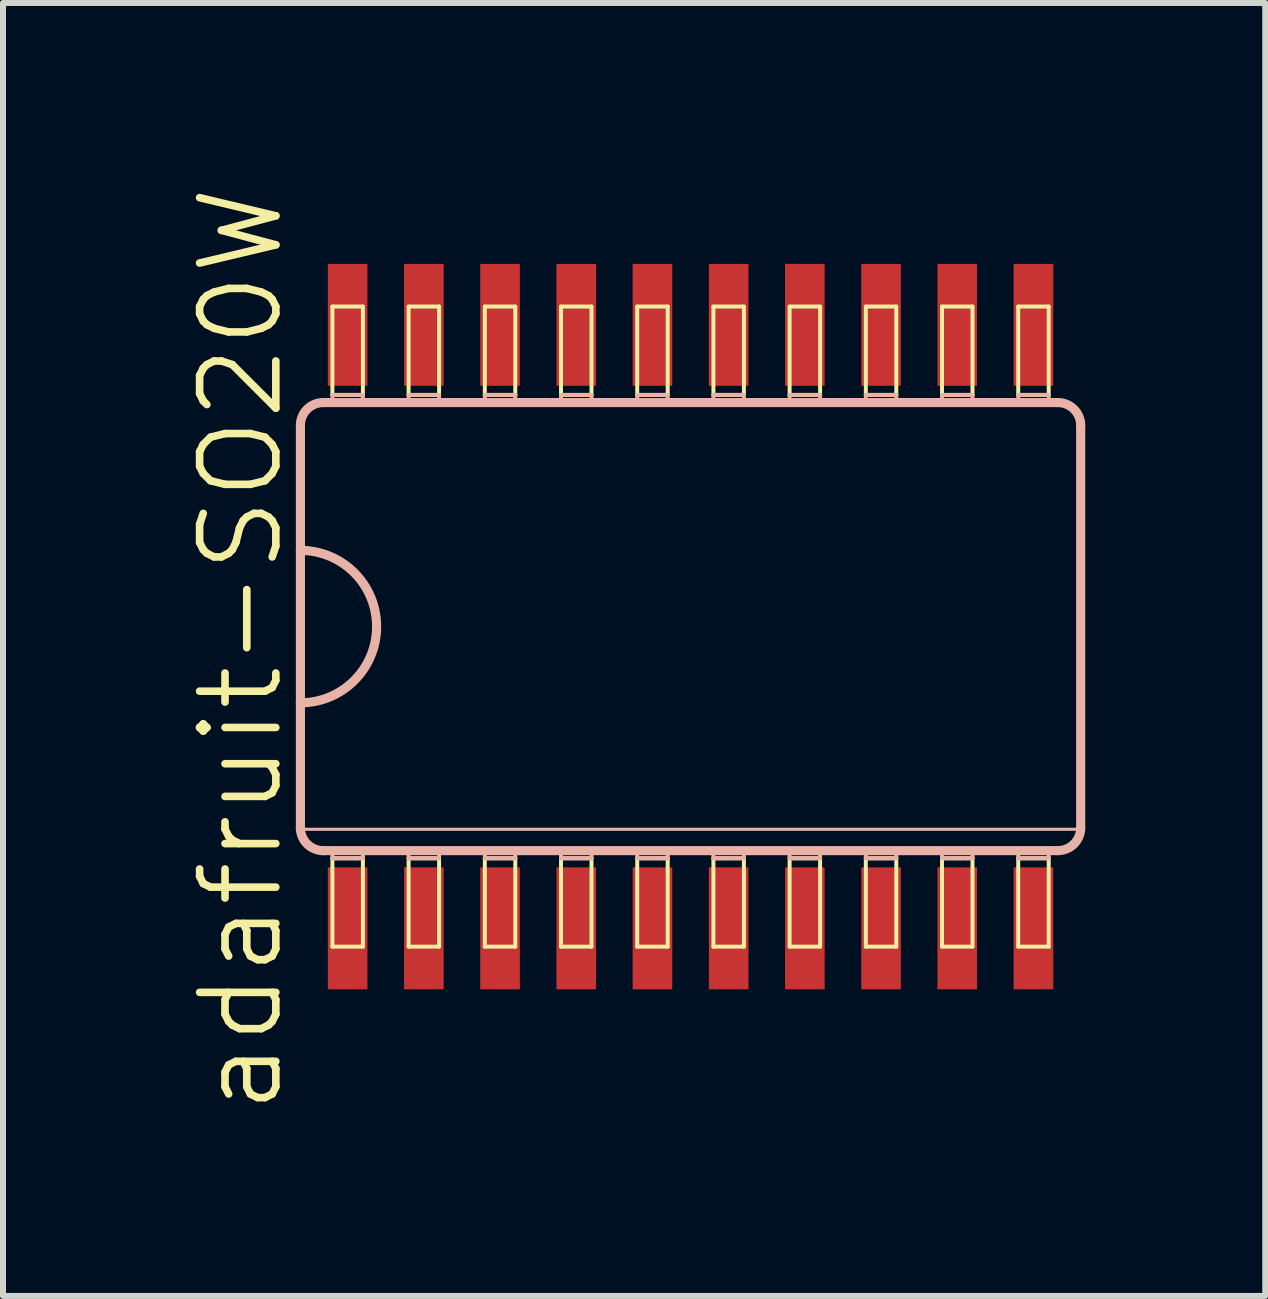
<source format=kicad_pcb>
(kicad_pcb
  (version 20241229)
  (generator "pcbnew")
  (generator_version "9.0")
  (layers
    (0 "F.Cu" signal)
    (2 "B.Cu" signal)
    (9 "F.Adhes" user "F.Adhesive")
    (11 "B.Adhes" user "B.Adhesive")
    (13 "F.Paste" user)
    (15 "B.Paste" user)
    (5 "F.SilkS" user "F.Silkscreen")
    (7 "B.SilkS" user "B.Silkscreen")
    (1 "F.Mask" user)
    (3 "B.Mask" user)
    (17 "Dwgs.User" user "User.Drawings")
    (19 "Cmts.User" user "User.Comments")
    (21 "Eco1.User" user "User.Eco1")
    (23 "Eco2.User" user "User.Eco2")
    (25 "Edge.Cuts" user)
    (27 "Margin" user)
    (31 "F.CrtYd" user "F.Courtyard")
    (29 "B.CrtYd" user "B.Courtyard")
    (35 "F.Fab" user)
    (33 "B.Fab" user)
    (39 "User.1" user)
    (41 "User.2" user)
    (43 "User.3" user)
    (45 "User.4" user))
  (footprint "adafruit-SO20W"
    (layer "F.Cu")
    (at 8.459 7.393)
    (property "Reference" "adafruit-SO20W" (at -7.493 0.381 90) (layer "F.SilkS") (effects (font (size 1.27 1.27) (thickness 0.127))))
    (attr smd)
    (fp_line (start -5.969 -5.334) (end -5.461 -5.334) (stroke (width 0.066) (type solid)) (layer "F.SilkS"))
    (fp_line (start -5.969 -3.861) (end -5.969 -5.334) (stroke (width 0.066) (type solid)) (layer "F.SilkS"))
    (fp_line (start -5.969 -3.861) (end -5.461 -3.861) (stroke (width 0.066) (type solid)) (layer "F.SilkS"))
    (fp_line (start -5.969 3.861) (end -5.461 3.861) (stroke (width 0.066) (type solid)) (layer "F.SilkS"))
    (fp_line (start -5.969 5.334) (end -5.969 3.861) (stroke (width 0.066) (type solid)) (layer "F.SilkS"))
    (fp_line (start -5.969 5.334) (end -5.461 5.334) (stroke (width 0.066) (type solid)) (layer "F.SilkS"))
    (fp_line (start -5.461 -3.861) (end -5.461 -5.334) (stroke (width 0.066) (type solid)) (layer "F.SilkS"))
    (fp_line (start -5.461 5.334) (end -5.461 3.861) (stroke (width 0.066) (type solid)) (layer "F.SilkS"))
    (fp_line (start -4.699 -5.334) (end -4.191 -5.334) (stroke (width 0.066) (type solid)) (layer "F.SilkS"))
    (fp_line (start -4.699 -3.861) (end -4.699 -5.334) (stroke (width 0.066) (type solid)) (layer "F.SilkS"))
    (fp_line (start -4.699 -3.861) (end -4.191 -3.861) (stroke (width 0.066) (type solid)) (layer "F.SilkS"))
    (fp_line (start -4.699 3.861) (end -4.191 3.861) (stroke (width 0.066) (type solid)) (layer "F.SilkS"))
    (fp_line (start -4.699 5.334) (end -4.699 3.861) (stroke (width 0.066) (type solid)) (layer "F.SilkS"))
    (fp_line (start -4.699 5.334) (end -4.191 5.334) (stroke (width 0.066) (type solid)) (layer "F.SilkS"))
    (fp_line (start -4.191 -3.861) (end -4.191 -5.334) (stroke (width 0.066) (type solid)) (layer "F.SilkS"))
    (fp_line (start -4.191 5.334) (end -4.191 3.861) (stroke (width 0.066) (type solid)) (layer "F.SilkS"))
    (fp_line (start -3.429 -5.334) (end -2.921 -5.334) (stroke (width 0.066) (type solid)) (layer "F.SilkS"))
    (fp_line (start -3.429 -3.861) (end -3.429 -5.334) (stroke (width 0.066) (type solid)) (layer "F.SilkS"))
    (fp_line (start -3.429 -3.861) (end -2.921 -3.861) (stroke (width 0.066) (type solid)) (layer "F.SilkS"))
    (fp_line (start -3.429 3.861) (end -2.921 3.861) (stroke (width 0.066) (type solid)) (layer "F.SilkS"))
    (fp_line (start -3.429 5.334) (end -3.429 3.861) (stroke (width 0.066) (type solid)) (layer "F.SilkS"))
    (fp_line (start -3.429 5.334) (end -2.921 5.334) (stroke (width 0.066) (type solid)) (layer "F.SilkS"))
    (fp_line (start -2.921 -3.861) (end -2.921 -5.334) (stroke (width 0.066) (type solid)) (layer "F.SilkS"))
    (fp_line (start -2.921 5.334) (end -2.921 3.861) (stroke (width 0.066) (type solid)) (layer "F.SilkS"))
    (fp_line (start -2.159 -5.334) (end -1.651 -5.334) (stroke (width 0.066) (type solid)) (layer "F.SilkS"))
    (fp_line (start -2.159 -3.861) (end -2.159 -5.334) (stroke (width 0.066) (type solid)) (layer "F.SilkS"))
    (fp_line (start -2.159 -3.861) (end -1.651 -3.861) (stroke (width 0.066) (type solid)) (layer "F.SilkS"))
    (fp_line (start -2.159 3.861) (end -1.651 3.861) (stroke (width 0.066) (type solid)) (layer "F.SilkS"))
    (fp_line (start -2.159 5.334) (end -2.159 3.861) (stroke (width 0.066) (type solid)) (layer "F.SilkS"))
    (fp_line (start -2.159 5.334) (end -1.651 5.334) (stroke (width 0.066) (type solid)) (layer "F.SilkS"))
    (fp_line (start -1.651 -3.861) (end -1.651 -5.334) (stroke (width 0.066) (type solid)) (layer "F.SilkS"))
    (fp_line (start -1.651 5.334) (end -1.651 3.861) (stroke (width 0.066) (type solid)) (layer "F.SilkS"))
    (fp_line (start -0.889 -5.334) (end -0.381 -5.334) (stroke (width 0.066) (type solid)) (layer "F.SilkS"))
    (fp_line (start -0.889 -3.861) (end -0.889 -5.334) (stroke (width 0.066) (type solid)) (layer "F.SilkS"))
    (fp_line (start -0.889 -3.861) (end -0.381 -3.861) (stroke (width 0.066) (type solid)) (layer "F.SilkS"))
    (fp_line (start -0.889 3.861) (end -0.381 3.861) (stroke (width 0.066) (type solid)) (layer "F.SilkS"))
    (fp_line (start -0.889 5.334) (end -0.889 3.861) (stroke (width 0.066) (type solid)) (layer "F.SilkS"))
    (fp_line (start -0.889 5.334) (end -0.381 5.334) (stroke (width 0.066) (type solid)) (layer "F.SilkS"))
    (fp_line (start -0.381 -3.861) (end -0.381 -5.334) (stroke (width 0.066) (type solid)) (layer "F.SilkS"))
    (fp_line (start -0.381 5.334) (end -0.381 3.861) (stroke (width 0.066) (type solid)) (layer "F.SilkS"))
    (fp_line (start 0.381 -5.334) (end 0.889 -5.334) (stroke (width 0.066) (type solid)) (layer "F.SilkS"))
    (fp_line (start 0.381 -3.861) (end 0.381 -5.334) (stroke (width 0.066) (type solid)) (layer "F.SilkS"))
    (fp_line (start 0.381 -3.861) (end 0.889 -3.861) (stroke (width 0.066) (type solid)) (layer "F.SilkS"))
    (fp_line (start 0.381 3.861) (end 0.889 3.861) (stroke (width 0.066) (type solid)) (layer "F.SilkS"))
    (fp_line (start 0.381 5.334) (end 0.381 3.861) (stroke (width 0.066) (type solid)) (layer "F.SilkS"))
    (fp_line (start 0.381 5.334) (end 0.889 5.334) (stroke (width 0.066) (type solid)) (layer "F.SilkS"))
    (fp_line (start 0.889 -3.861) (end 0.889 -5.334) (stroke (width 0.066) (type solid)) (layer "F.SilkS"))
    (fp_line (start 0.889 5.334) (end 0.889 3.861) (stroke (width 0.066) (type solid)) (layer "F.SilkS"))
    (fp_line (start 1.651 -5.334) (end 2.159 -5.334) (stroke (width 0.066) (type solid)) (layer "F.SilkS"))
    (fp_line (start 1.651 -3.861) (end 1.651 -5.334) (stroke (width 0.066) (type solid)) (layer "F.SilkS"))
    (fp_line (start 1.651 -3.861) (end 2.159 -3.861) (stroke (width 0.066) (type solid)) (layer "F.SilkS"))
    (fp_line (start 1.651 3.861) (end 2.159 3.861) (stroke (width 0.066) (type solid)) (layer "F.SilkS"))
    (fp_line (start 1.651 5.334) (end 1.651 3.861) (stroke (width 0.066) (type solid)) (layer "F.SilkS"))
    (fp_line (start 1.651 5.334) (end 2.159 5.334) (stroke (width 0.066) (type solid)) (layer "F.SilkS"))
    (fp_line (start 2.159 -3.861) (end 2.159 -5.334) (stroke (width 0.066) (type solid)) (layer "F.SilkS"))
    (fp_line (start 2.159 5.334) (end 2.159 3.861) (stroke (width 0.066) (type solid)) (layer "F.SilkS"))
    (fp_line (start 2.921 -5.334) (end 3.429 -5.334) (stroke (width 0.066) (type solid)) (layer "F.SilkS"))
    (fp_line (start 2.921 -3.861) (end 2.921 -5.334) (stroke (width 0.066) (type solid)) (layer "F.SilkS"))
    (fp_line (start 2.921 -3.861) (end 3.429 -3.861) (stroke (width 0.066) (type solid)) (layer "F.SilkS"))
    (fp_line (start 2.921 3.861) (end 3.429 3.861) (stroke (width 0.066) (type solid)) (layer "F.SilkS"))
    (fp_line (start 2.921 5.334) (end 2.921 3.861) (stroke (width 0.066) (type solid)) (layer "F.SilkS"))
    (fp_line (start 2.921 5.334) (end 3.429 5.334) (stroke (width 0.066) (type solid)) (layer "F.SilkS"))
    (fp_line (start 3.429 -3.861) (end 3.429 -5.334) (stroke (width 0.066) (type solid)) (layer "F.SilkS"))
    (fp_line (start 3.429 5.334) (end 3.429 3.861) (stroke (width 0.066) (type solid)) (layer "F.SilkS"))
    (fp_line (start 4.191 -5.334) (end 4.699 -5.334) (stroke (width 0.066) (type solid)) (layer "F.SilkS"))
    (fp_line (start 4.191 -3.861) (end 4.191 -5.334) (stroke (width 0.066) (type solid)) (layer "F.SilkS"))
    (fp_line (start 4.191 -3.861) (end 4.699 -3.861) (stroke (width 0.066) (type solid)) (layer "F.SilkS"))
    (fp_line (start 4.191 3.861) (end 4.699 3.861) (stroke (width 0.066) (type solid)) (layer "F.SilkS"))
    (fp_line (start 4.191 5.334) (end 4.191 3.861) (stroke (width 0.066) (type solid)) (layer "F.SilkS"))
    (fp_line (start 4.191 5.334) (end 4.699 5.334) (stroke (width 0.066) (type solid)) (layer "F.SilkS"))
    (fp_line (start 4.699 -3.861) (end 4.699 -5.334) (stroke (width 0.066) (type solid)) (layer "F.SilkS"))
    (fp_line (start 4.699 5.334) (end 4.699 3.861) (stroke (width 0.066) (type solid)) (layer "F.SilkS"))
    (fp_line (start 5.461 -5.334) (end 5.969 -5.334) (stroke (width 0.066) (type solid)) (layer "F.SilkS"))
    (fp_line (start 5.461 -3.861) (end 5.461 -5.334) (stroke (width 0.066) (type solid)) (layer "F.SilkS"))
    (fp_line (start 5.461 -3.861) (end 5.969 -3.861) (stroke (width 0.066) (type solid)) (layer "F.SilkS"))
    (fp_line (start 5.461 3.861) (end 5.969 3.861) (stroke (width 0.066) (type solid)) (layer "F.SilkS"))
    (fp_line (start 5.461 5.334) (end 5.461 3.861) (stroke (width 0.066) (type solid)) (layer "F.SilkS"))
    (fp_line (start 5.461 5.334) (end 5.969 5.334) (stroke (width 0.066) (type solid)) (layer "F.SilkS"))
    (fp_line (start 5.969 -3.861) (end 5.969 -5.334) (stroke (width 0.066) (type solid)) (layer "F.SilkS"))
    (fp_line (start 5.969 5.334) (end 5.969 3.861) (stroke (width 0.066) (type solid)) (layer "F.SilkS"))
    (fp_line (start -6.502 -3.353) (end -6.502 -1.27) (stroke (width 0.152) (type solid)) (layer "B.SilkS"))
    (fp_line (start -6.502 -1.27) (end -6.502 1.27) (stroke (width 0.152) (type solid)) (layer "B.SilkS"))
    (fp_line (start -6.502 1.27) (end -6.502 3.353) (stroke (width 0.152) (type solid)) (layer "B.SilkS"))
    (fp_line (start -6.477 3.378) (end 6.477 3.378) (stroke (width 0.051) (type solid)) (layer "B.SilkS"))
    (fp_line (start -6.121 3.734) (end 6.121 3.734) (stroke (width 0.152) (type solid)) (layer "B.SilkS"))
    (fp_line (start -5.969 -3.861) (end -5.461 -3.861) (stroke (width 0.066) (type solid)) (layer "B.SilkS"))
    (fp_line (start -5.969 -3.734) (end -5.969 -3.861) (stroke (width 0.066) (type solid)) (layer "B.SilkS"))
    (fp_line (start -5.969 -3.734) (end -5.461 -3.734) (stroke (width 0.066) (type solid)) (layer "B.SilkS"))
    (fp_line (start -5.969 3.734) (end -5.461 3.734) (stroke (width 0.066) (type solid)) (layer "B.SilkS"))
    (fp_line (start -5.969 3.861) (end -5.969 3.734) (stroke (width 0.066) (type solid)) (layer "B.SilkS"))
    (fp_line (start -5.969 3.861) (end -5.461 3.861) (stroke (width 0.066) (type solid)) (layer "B.SilkS"))
    (fp_line (start -5.461 -3.734) (end -5.461 -3.861) (stroke (width 0.066) (type solid)) (layer "B.SilkS"))
    (fp_line (start -5.461 3.861) (end -5.461 3.734) (stroke (width 0.066) (type solid)) (layer "B.SilkS"))
    (fp_line (start -4.699 -3.861) (end -4.191 -3.861) (stroke (width 0.066) (type solid)) (layer "B.SilkS"))
    (fp_line (start -4.699 -3.734) (end -4.699 -3.861) (stroke (width 0.066) (type solid)) (layer "B.SilkS"))
    (fp_line (start -4.699 -3.734) (end -4.191 -3.734) (stroke (width 0.066) (type solid)) (layer "B.SilkS"))
    (fp_line (start -4.699 3.734) (end -4.191 3.734) (stroke (width 0.066) (type solid)) (layer "B.SilkS"))
    (fp_line (start -4.699 3.861) (end -4.699 3.734) (stroke (width 0.066) (type solid)) (layer "B.SilkS"))
    (fp_line (start -4.699 3.861) (end -4.191 3.861) (stroke (width 0.066) (type solid)) (layer "B.SilkS"))
    (fp_line (start -4.191 -3.734) (end -4.191 -3.861) (stroke (width 0.066) (type solid)) (layer "B.SilkS"))
    (fp_line (start -4.191 3.861) (end -4.191 3.734) (stroke (width 0.066) (type solid)) (layer "B.SilkS"))
    (fp_line (start -3.429 -3.861) (end -2.921 -3.861) (stroke (width 0.066) (type solid)) (layer "B.SilkS"))
    (fp_line (start -3.429 -3.734) (end -3.429 -3.861) (stroke (width 0.066) (type solid)) (layer "B.SilkS"))
    (fp_line (start -3.429 -3.734) (end -2.921 -3.734) (stroke (width 0.066) (type solid)) (layer "B.SilkS"))
    (fp_line (start -3.429 3.734) (end -2.921 3.734) (stroke (width 0.066) (type solid)) (layer "B.SilkS"))
    (fp_line (start -3.429 3.861) (end -3.429 3.734) (stroke (width 0.066) (type solid)) (layer "B.SilkS"))
    (fp_line (start -3.429 3.861) (end -2.921 3.861) (stroke (width 0.066) (type solid)) (layer "B.SilkS"))
    (fp_line (start -2.921 -3.734) (end -2.921 -3.861) (stroke (width 0.066) (type solid)) (layer "B.SilkS"))
    (fp_line (start -2.921 3.861) (end -2.921 3.734) (stroke (width 0.066) (type solid)) (layer "B.SilkS"))
    (fp_line (start -2.159 -3.861) (end -1.651 -3.861) (stroke (width 0.066) (type solid)) (layer "B.SilkS"))
    (fp_line (start -2.159 -3.734) (end -2.159 -3.861) (stroke (width 0.066) (type solid)) (layer "B.SilkS"))
    (fp_line (start -2.159 -3.734) (end -1.651 -3.734) (stroke (width 0.066) (type solid)) (layer "B.SilkS"))
    (fp_line (start -2.159 3.734) (end -1.651 3.734) (stroke (width 0.066) (type solid)) (layer "B.SilkS"))
    (fp_line (start -2.159 3.861) (end -2.159 3.734) (stroke (width 0.066) (type solid)) (layer "B.SilkS"))
    (fp_line (start -2.159 3.861) (end -1.651 3.861) (stroke (width 0.066) (type solid)) (layer "B.SilkS"))
    (fp_line (start -1.651 -3.734) (end -1.651 -3.861) (stroke (width 0.066) (type solid)) (layer "B.SilkS"))
    (fp_line (start -1.651 3.861) (end -1.651 3.734) (stroke (width 0.066) (type solid)) (layer "B.SilkS"))
    (fp_line (start -0.889 -3.861) (end -0.381 -3.861) (stroke (width 0.066) (type solid)) (layer "B.SilkS"))
    (fp_line (start -0.889 -3.734) (end -0.889 -3.861) (stroke (width 0.066) (type solid)) (layer "B.SilkS"))
    (fp_line (start -0.889 -3.734) (end -0.381 -3.734) (stroke (width 0.066) (type solid)) (layer "B.SilkS"))
    (fp_line (start -0.889 3.734) (end -0.381 3.734) (stroke (width 0.066) (type solid)) (layer "B.SilkS"))
    (fp_line (start -0.889 3.861) (end -0.889 3.734) (stroke (width 0.066) (type solid)) (layer "B.SilkS"))
    (fp_line (start -0.889 3.861) (end -0.381 3.861) (stroke (width 0.066) (type solid)) (layer "B.SilkS"))
    (fp_line (start -0.381 -3.734) (end -0.381 -3.861) (stroke (width 0.066) (type solid)) (layer "B.SilkS"))
    (fp_line (start -0.381 3.861) (end -0.381 3.734) (stroke (width 0.066) (type solid)) (layer "B.SilkS"))
    (fp_line (start 0.381 -3.861) (end 0.889 -3.861) (stroke (width 0.066) (type solid)) (layer "B.SilkS"))
    (fp_line (start 0.381 -3.734) (end 0.381 -3.861) (stroke (width 0.066) (type solid)) (layer "B.SilkS"))
    (fp_line (start 0.381 -3.734) (end 0.889 -3.734) (stroke (width 0.066) (type solid)) (layer "B.SilkS"))
    (fp_line (start 0.381 3.734) (end 0.889 3.734) (stroke (width 0.066) (type solid)) (layer "B.SilkS"))
    (fp_line (start 0.381 3.861) (end 0.381 3.734) (stroke (width 0.066) (type solid)) (layer "B.SilkS"))
    (fp_line (start 0.381 3.861) (end 0.889 3.861) (stroke (width 0.066) (type solid)) (layer "B.SilkS"))
    (fp_line (start 0.889 -3.734) (end 0.889 -3.861) (stroke (width 0.066) (type solid)) (layer "B.SilkS"))
    (fp_line (start 0.889 3.861) (end 0.889 3.734) (stroke (width 0.066) (type solid)) (layer "B.SilkS"))
    (fp_line (start 1.651 -3.861) (end 2.159 -3.861) (stroke (width 0.066) (type solid)) (layer "B.SilkS"))
    (fp_line (start 1.651 -3.734) (end 1.651 -3.861) (stroke (width 0.066) (type solid)) (layer "B.SilkS"))
    (fp_line (start 1.651 -3.734) (end 2.159 -3.734) (stroke (width 0.066) (type solid)) (layer "B.SilkS"))
    (fp_line (start 1.651 3.734) (end 2.159 3.734) (stroke (width 0.066) (type solid)) (layer "B.SilkS"))
    (fp_line (start 1.651 3.861) (end 1.651 3.734) (stroke (width 0.066) (type solid)) (layer "B.SilkS"))
    (fp_line (start 1.651 3.861) (end 2.159 3.861) (stroke (width 0.066) (type solid)) (layer "B.SilkS"))
    (fp_line (start 2.159 -3.734) (end 2.159 -3.861) (stroke (width 0.066) (type solid)) (layer "B.SilkS"))
    (fp_line (start 2.159 3.861) (end 2.159 3.734) (stroke (width 0.066) (type solid)) (layer "B.SilkS"))
    (fp_line (start 2.921 -3.861) (end 3.429 -3.861) (stroke (width 0.066) (type solid)) (layer "B.SilkS"))
    (fp_line (start 2.921 -3.734) (end 2.921 -3.861) (stroke (width 0.066) (type solid)) (layer "B.SilkS"))
    (fp_line (start 2.921 -3.734) (end 3.429 -3.734) (stroke (width 0.066) (type solid)) (layer "B.SilkS"))
    (fp_line (start 2.921 3.734) (end 3.429 3.734) (stroke (width 0.066) (type solid)) (layer "B.SilkS"))
    (fp_line (start 2.921 3.861) (end 2.921 3.734) (stroke (width 0.066) (type solid)) (layer "B.SilkS"))
    (fp_line (start 2.921 3.861) (end 3.429 3.861) (stroke (width 0.066) (type solid)) (layer "B.SilkS"))
    (fp_line (start 3.429 -3.734) (end 3.429 -3.861) (stroke (width 0.066) (type solid)) (layer "B.SilkS"))
    (fp_line (start 3.429 3.861) (end 3.429 3.734) (stroke (width 0.066) (type solid)) (layer "B.SilkS"))
    (fp_line (start 4.191 -3.861) (end 4.699 -3.861) (stroke (width 0.066) (type solid)) (layer "B.SilkS"))
    (fp_line (start 4.191 -3.734) (end 4.191 -3.861) (stroke (width 0.066) (type solid)) (layer "B.SilkS"))
    (fp_line (start 4.191 -3.734) (end 4.699 -3.734) (stroke (width 0.066) (type solid)) (layer "B.SilkS"))
    (fp_line (start 4.191 3.734) (end 4.699 3.734) (stroke (width 0.066) (type solid)) (layer "B.SilkS"))
    (fp_line (start 4.191 3.861) (end 4.191 3.734) (stroke (width 0.066) (type solid)) (layer "B.SilkS"))
    (fp_line (start 4.191 3.861) (end 4.699 3.861) (stroke (width 0.066) (type solid)) (layer "B.SilkS"))
    (fp_line (start 4.699 -3.734) (end 4.699 -3.861) (stroke (width 0.066) (type solid)) (layer "B.SilkS"))
    (fp_line (start 4.699 3.861) (end 4.699 3.734) (stroke (width 0.066) (type solid)) (layer "B.SilkS"))
    (fp_line (start 5.461 -3.861) (end 5.969 -3.861) (stroke (width 0.066) (type solid)) (layer "B.SilkS"))
    (fp_line (start 5.461 -3.734) (end 5.461 -3.861) (stroke (width 0.066) (type solid)) (layer "B.SilkS"))
    (fp_line (start 5.461 -3.734) (end 5.969 -3.734) (stroke (width 0.066) (type solid)) (layer "B.SilkS"))
    (fp_line (start 5.461 3.734) (end 5.969 3.734) (stroke (width 0.066) (type solid)) (layer "B.SilkS"))
    (fp_line (start 5.461 3.861) (end 5.461 3.734) (stroke (width 0.066) (type solid)) (layer "B.SilkS"))
    (fp_line (start 5.461 3.861) (end 5.969 3.861) (stroke (width 0.066) (type solid)) (layer "B.SilkS"))
    (fp_line (start 5.969 -3.734) (end 5.969 -3.861) (stroke (width 0.066) (type solid)) (layer "B.SilkS"))
    (fp_line (start 5.969 3.861) (end 5.969 3.734) (stroke (width 0.066) (type solid)) (layer "B.SilkS"))
    (fp_line (start 6.121 -3.734) (end -6.121 -3.734) (stroke (width 0.152) (type solid)) (layer "B.SilkS"))
    (fp_line (start 6.502 3.353) (end 6.502 -3.353) (stroke (width 0.152) (type solid)) (layer "B.SilkS"))
    (fp_arc (start -6.5024 -3.3528) (mid -6.390808 -3.622208) (end -6.1214 -3.7338) (stroke (width 0.1524) (type solid)) (layer "B.SilkS"))
    (fp_arc (start -6.5024 -1.27) (mid -5.2324 0) (end -6.5024 1.27) (stroke (width 0.1524) (type solid)) (layer "B.SilkS"))
    (fp_arc (start -6.1214 3.7338) (mid -6.390808 3.622208) (end -6.5024 3.3528) (stroke (width 0.1524) (type solid)) (layer "B.SilkS"))
    (fp_arc (start 6.1214 -3.7338) (mid 6.390808 -3.622208) (end 6.5024 -3.3528) (stroke (width 0.1524) (type solid)) (layer "B.SilkS"))
    (fp_arc (start 6.5024 3.3528) (mid 6.390808 3.622208) (end 6.1214 3.7338) (stroke (width 0.1524) (type solid)) (layer "B.SilkS"))
    (pad "1" smd rect (at -5.715 5.029) (size 0.66 2.032) (layers "F.Cu" "F.Mask" "F.Paste"))
    (pad "2" smd rect (at -4.445 5.029) (size 0.66 2.032) (layers "F.Cu" "F.Mask" "F.Paste"))
    (pad "3" smd rect (at -3.175 5.029) (size 0.66 2.032) (layers "F.Cu" "F.Mask" "F.Paste"))
    (pad "4" smd rect (at -1.905 5.029) (size 0.66 2.032) (layers "F.Cu" "F.Mask" "F.Paste"))
    (pad "5" smd rect (at -0.635 5.029) (size 0.66 2.032) (layers "F.Cu" "F.Mask" "F.Paste"))
    (pad "6" smd rect (at 0.635 5.029) (size 0.66 2.032) (layers "F.Cu" "F.Mask" "F.Paste"))
    (pad "7" smd rect (at 1.905 5.029) (size 0.66 2.032) (layers "F.Cu" "F.Mask" "F.Paste"))
    (pad "8" smd rect (at 3.175 5.029) (size 0.66 2.032) (layers "F.Cu" "F.Mask" "F.Paste"))
    (pad "9" smd rect (at 4.445 5.029) (size 0.66 2.032) (layers "F.Cu" "F.Mask" "F.Paste"))
    (pad "10" smd rect (at 5.715 5.029) (size 0.66 2.032) (layers "F.Cu" "F.Mask" "F.Paste"))
    (pad "11" smd rect (at 5.715 -5.029) (size 0.66 2.032) (layers "F.Cu" "F.Mask" "F.Paste"))
    (pad "12" smd rect (at 4.445 -5.029) (size 0.66 2.032) (layers "F.Cu" "F.Mask" "F.Paste"))
    (pad "13" smd rect (at 3.175 -5.029) (size 0.66 2.032) (layers "F.Cu" "F.Mask" "F.Paste"))
    (pad "14" smd rect (at 1.905 -5.029) (size 0.66 2.032) (layers "F.Cu" "F.Mask" "F.Paste"))
    (pad "15" smd rect (at 0.635 -5.029) (size 0.66 2.032) (layers "F.Cu" "F.Mask" "F.Paste"))
    (pad "16" smd rect (at -0.635 -5.029) (size 0.66 2.032) (layers "F.Cu" "F.Mask" "F.Paste"))
    (pad "17" smd rect (at -1.905 -5.029) (size 0.66 2.032) (layers "F.Cu" "F.Mask" "F.Paste"))
    (pad "18" smd rect (at -3.175 -5.029) (size 0.66 2.032) (layers "F.Cu" "F.Mask" "F.Paste"))
    (pad "19" smd rect (at -4.445 -5.029) (size 0.66 2.032) (layers "F.Cu" "F.Mask" "F.Paste"))
    (pad "20" smd rect (at -5.715 -5.029) (size 0.66 2.032) (layers "F.Cu" "F.Mask" "F.Paste")))
  (gr_rect
    (start -3 -3)
    (end 18.037 18.548)
    (stroke (width 0.1) (type default))
    (fill no)
    (layer "Edge.Cuts")))
</source>
